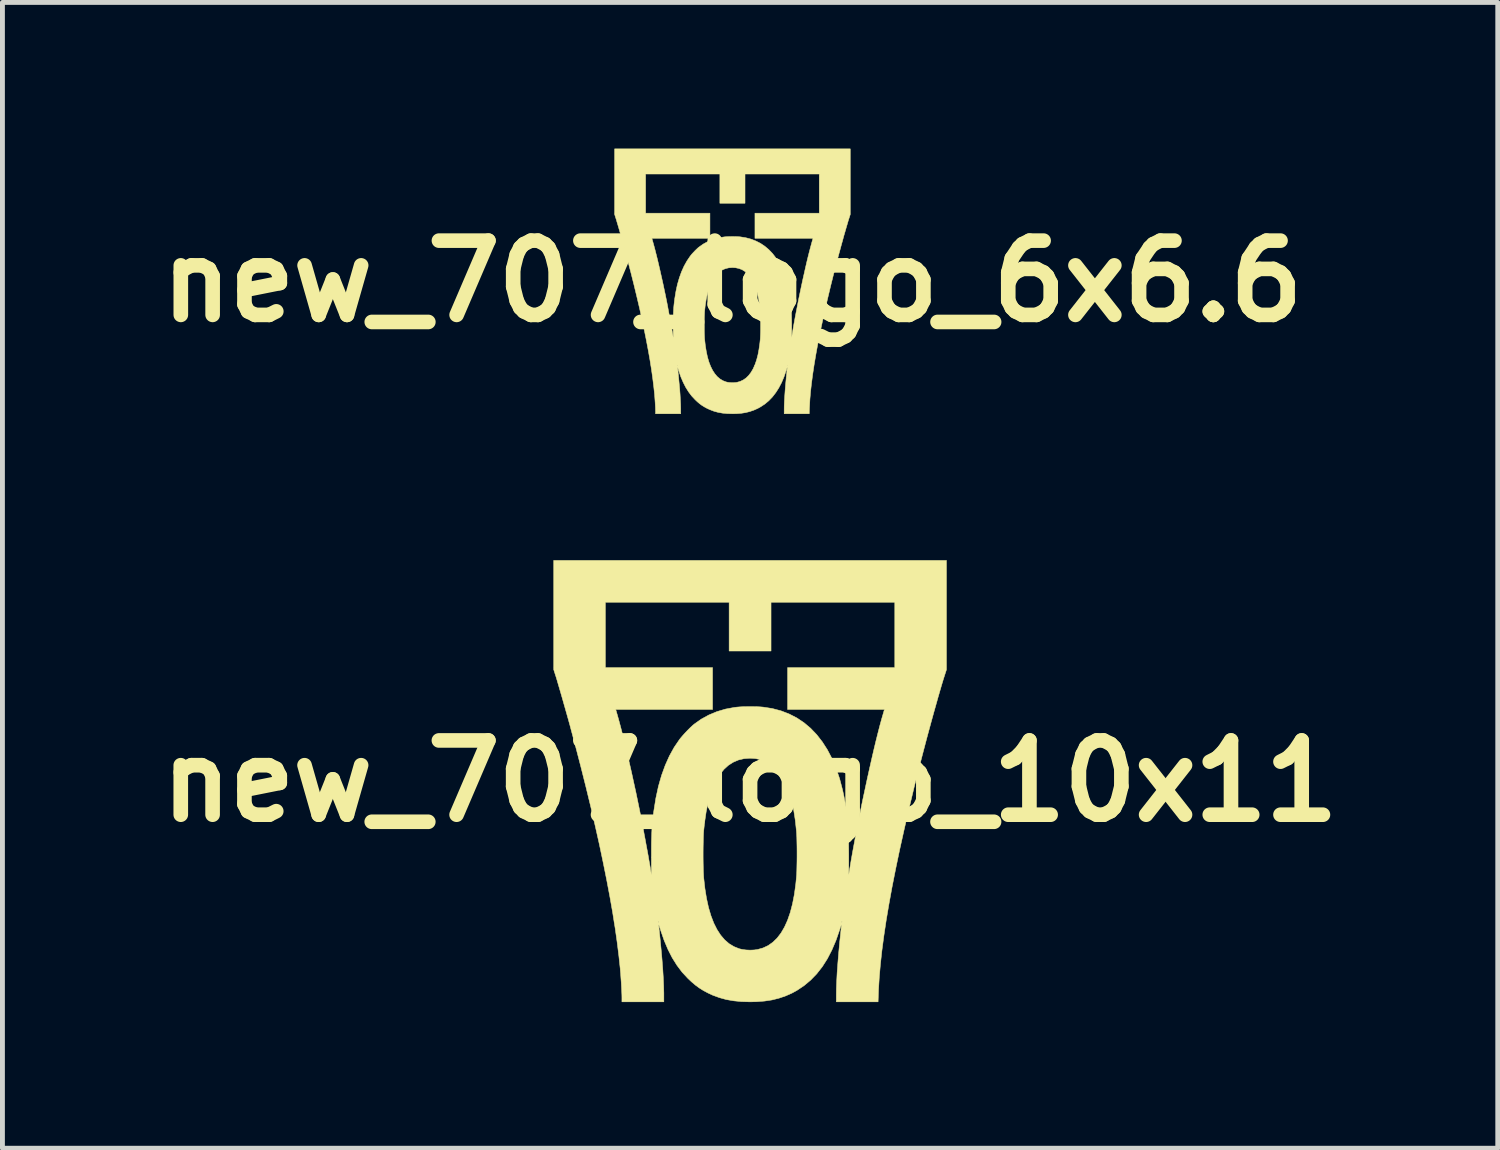
<source format=kicad_pcb>
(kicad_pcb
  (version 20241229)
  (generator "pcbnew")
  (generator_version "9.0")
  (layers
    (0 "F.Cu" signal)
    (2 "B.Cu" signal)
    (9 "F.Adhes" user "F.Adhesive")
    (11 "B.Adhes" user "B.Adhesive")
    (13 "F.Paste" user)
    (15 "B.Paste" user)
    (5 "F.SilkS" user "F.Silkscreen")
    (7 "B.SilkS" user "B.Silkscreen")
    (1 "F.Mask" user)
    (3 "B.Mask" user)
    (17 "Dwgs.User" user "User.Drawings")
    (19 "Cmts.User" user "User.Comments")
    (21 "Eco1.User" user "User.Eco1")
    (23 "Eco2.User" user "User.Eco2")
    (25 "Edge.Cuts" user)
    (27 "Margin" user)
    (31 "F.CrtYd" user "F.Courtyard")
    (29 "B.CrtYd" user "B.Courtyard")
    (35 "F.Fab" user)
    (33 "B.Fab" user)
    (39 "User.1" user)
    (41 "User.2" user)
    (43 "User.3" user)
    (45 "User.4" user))
  (footprint "new_707_logo_6x6.6"
    (layer "F.Cu")
    (at 11.982 2.723)
    (property "Reference" "new_707_logo_6x6.6" (at 0 0 0) (layer "F.SilkS") (effects (font (size 1.524 1.524) (thickness 0.3))))
    (attr through_hole)
    (fp_poly (pts (xy 2.418 -1.372) (xy 2.397 -1.306) (xy 2.379 -1.251) (xy 2.36 -1.186) (xy 2.338 -1.111) (xy 2.314 -1.028) (xy 2.288 -0.939) (xy 2.262 -0.843) (xy 2.234 -0.743) (xy 2.206 -0.639) (xy 2.177 -0.533) (xy 2.149 -0.425) (xy 2.12 -0.318) (xy 2.093 -0.212) (xy 2.066 -0.108) (xy 2.041 -0.007) (xy 2.021 0.072) (xy 1.957 0.339) (xy 1.897 0.596) (xy 1.843 0.841) (xy 1.793 1.076) (xy 1.749 1.3) (xy 1.71 1.514) (xy 1.676 1.716) (xy 1.647 1.908) (xy 1.623 2.09) (xy 1.604 2.26) (xy 1.59 2.42) (xy 1.582 2.57) (xy 1.58 2.603) (xy 1.576 2.718) (xy 1.062 2.718) (xy 1.062 2.639) (xy 1.063 2.555) (xy 1.067 2.462) (xy 1.073 2.358) (xy 1.081 2.244) (xy 1.091 2.12) (xy 1.104 1.984) (xy 1.119 1.838) (xy 1.125 1.779) (xy 1.126 1.77) (xy 1.123 1.772) (xy 1.118 1.784) (xy 1.111 1.807) (xy 1.102 1.833) (xy 1.058 1.962) (xy 1.008 2.08) (xy 0.951 2.188) (xy 0.889 2.285) (xy 0.821 2.373) (xy 0.746 2.451) (xy 0.665 2.519) (xy 0.577 2.577) (xy 0.519 2.609) (xy 0.438 2.645) (xy 0.356 2.673) (xy 0.27 2.695) (xy 0.179 2.709) (xy 0.08 2.717) (xy 0 2.718) (xy -0.106 2.715) (xy -0.203 2.706) (xy -0.293 2.69) (xy -0.378 2.667) (xy -0.459 2.636) (xy -0.519 2.609) (xy -0.576 2.578) (xy -0.626 2.547) (xy -0.674 2.512) (xy -0.722 2.471) (xy -0.767 2.428) (xy -0.837 2.353) (xy -0.901 2.268) (xy -0.959 2.175) (xy -1.011 2.073) (xy -1.059 1.961) (xy -1.101 1.838) (xy -1.102 1.833) (xy -1.113 1.801) (xy -1.12 1.781) (xy -1.124 1.771) (xy -1.126 1.771) (xy -1.125 1.779) (xy -1.109 1.93) (xy -1.096 2.07) (xy -1.084 2.198) (xy -1.075 2.316) (xy -1.069 2.423) (xy -1.064 2.521) (xy -1.062 2.608) (xy -1.062 2.639) (xy -1.062 2.718) (xy -1.578 2.718) (xy -1.578 2.669) (xy -1.579 2.635) (xy -1.58 2.591) (xy -1.583 2.541) (xy -1.586 2.486) (xy -1.59 2.429) (xy -1.594 2.373) (xy -1.598 2.32) (xy -1.599 2.31) (xy -1.616 2.153) (xy -1.637 1.985) (xy -1.662 1.807) (xy -1.674 1.734) (xy -1.134 1.734) (xy -1.132 1.739) (xy -1.13 1.738) (xy -1.129 1.731) (xy -1.13 1.73) (xy -1.134 1.731) (xy -1.134 1.734) (xy -1.674 1.734) (xy -1.692 1.619) (xy -1.727 1.422) (xy -1.766 1.216) (xy -1.809 1.002) (xy -1.856 0.78) (xy -1.907 0.55) (xy -1.963 0.312) (xy -2.022 0.068) (xy -2.085 -0.182) (xy -2.152 -0.438) (xy -2.203 -0.63) (xy -2.22 -0.691) (xy -2.238 -0.756) (xy -2.257 -0.825) (xy -2.276 -0.894) (xy -2.296 -0.964) (xy -2.315 -1.031) (xy -2.334 -1.096) (xy -2.351 -1.155) (xy -2.367 -1.208) (xy -2.38 -1.253) (xy -2.391 -1.289) (xy -2.394 -1.297) (xy -2.418 -1.373) (xy -2.418 -2.202) (xy -1.782 -2.202) (xy -1.782 -1.398) (xy -0.462 -1.398) (xy -0.462 -0.882) (xy -1.654 -0.882) (xy -1.634 -0.812) (xy -1.613 -0.737) (xy -1.59 -0.651) (xy -1.566 -0.556) (xy -1.54 -0.452) (xy -1.514 -0.342) (xy -1.487 -0.226) (xy -1.46 -0.105) (xy -1.432 0.019) (xy -1.405 0.145) (xy -1.378 0.273) (xy -1.362 0.351) (xy -1.352 0.4) (xy -1.341 0.456) (xy -1.329 0.518) (xy -1.317 0.585) (xy -1.304 0.654) (xy -1.291 0.724) (xy -1.278 0.793) (xy -1.266 0.86) (xy -1.254 0.923) (xy -1.244 0.979) (xy -1.236 1.029) (xy -1.229 1.069) (xy -1.226 1.085) (xy -1.222 1.111) (xy -1.219 1.133) (xy -1.216 1.147) (xy -1.215 1.152) (xy -1.215 1.146) (xy -1.215 1.13) (xy -1.215 1.104) (xy -1.215 1.069) (xy -1.215 1.028) (xy -1.215 0.981) (xy -1.215 0.93) (xy -1.215 0.905) (xy -1.215 0.872) (xy -0.578 0.872) (xy -0.578 0.936) (xy -0.578 0.998) (xy -0.577 1.057) (xy -0.575 1.11) (xy -0.573 1.156) (xy -0.571 1.188) (xy -0.556 1.322) (xy -0.536 1.444) (xy -0.512 1.557) (xy -0.482 1.658) (xy -0.447 1.748) (xy -0.407 1.828) (xy -0.362 1.897) (xy -0.313 1.955) (xy -0.258 2.002) (xy -0.198 2.039) (xy -0.134 2.064) (xy -0.096 2.073) (xy -0.05 2.079) (xy 0.001 2.081) (xy 0.052 2.079) (xy 0.091 2.074) (xy 0.159 2.055) (xy 0.222 2.025) (xy 0.281 1.984) (xy 0.333 1.933) (xy 0.381 1.87) (xy 0.424 1.797) (xy 0.452 1.734) (xy 1.128 1.734) (xy 1.13 1.739) (xy 1.132 1.738) (xy 1.133 1.731) (xy 1.132 1.73) (xy 1.129 1.731) (xy 1.128 1.734) (xy 0.452 1.734) (xy 0.462 1.712) (xy 0.495 1.617) (xy 0.523 1.511) (xy 0.545 1.394) (xy 0.563 1.267) (xy 0.571 1.188) (xy 0.573 1.151) (xy 0.575 1.105) (xy 0.577 1.051) (xy 0.578 0.991) (xy 0.578 0.929) (xy 0.578 0.865) (xy 0.578 0.803) (xy 0.577 0.744) (xy 0.575 0.69) (xy 0.573 0.645) (xy 0.571 0.612) (xy 0.556 0.479) (xy 0.537 0.357) (xy 0.512 0.246) (xy 0.483 0.145) (xy 0.449 0.055) (xy 0.409 -0.024) (xy 0.365 -0.093) (xy 0.315 -0.151) (xy 0.313 -0.154) (xy 0.258 -0.201) (xy 0.199 -0.238) (xy 0.134 -0.263) (xy 0.065 -0.278) (xy 0 -0.282) (xy -0.074 -0.277) (xy -0.144 -0.26) (xy -0.208 -0.233) (xy -0.267 -0.195) (xy -0.321 -0.146) (xy -0.37 -0.086) (xy -0.414 -0.015) (xy -0.453 0.067) (xy -0.488 0.159) (xy -0.516 0.263) (xy -0.54 0.377) (xy -0.559 0.502) (xy -0.571 0.612) (xy -0.573 0.649) (xy -0.575 0.695) (xy -0.577 0.75) (xy -0.578 0.809) (xy -0.578 0.872) (xy -1.215 0.872) (xy -1.215 0.825) (xy -1.214 0.756) (xy -1.213 0.694) (xy -1.211 0.639) (xy -1.208 0.587) (xy -1.205 0.537) (xy -1.2 0.486) (xy -1.194 0.434) (xy -1.187 0.377) (xy -1.185 0.361) (xy -1.16 0.208) (xy -1.129 0.064) (xy -1.09 -0.07) (xy -1.045 -0.195) (xy -0.993 -0.311) (xy -0.934 -0.417) (xy -0.869 -0.513) (xy -0.859 -0.526) (xy -0.834 -0.557) (xy -0.803 -0.591) (xy -0.77 -0.626) (xy -0.736 -0.659) (xy -0.706 -0.687) (xy -0.687 -0.702) (xy -0.601 -0.763) (xy -0.508 -0.814) (xy -0.409 -0.855) (xy -0.304 -0.887) (xy -0.195 -0.907) (xy -0.161 -0.912) (xy -0.123 -0.915) (xy -0.077 -0.917) (xy -0.026 -0.918) (xy 0.027 -0.918) (xy 0.078 -0.917) (xy 0.124 -0.915) (xy 0.161 -0.912) (xy 0.273 -0.894) (xy 0.38 -0.866) (xy 0.48 -0.827) (xy 0.575 -0.779) (xy 0.663 -0.72) (xy 0.745 -0.651) (xy 0.821 -0.572) (xy 0.89 -0.483) (xy 0.953 -0.385) (xy 1.009 -0.276) (xy 1.059 -0.158) (xy 1.102 -0.031) (xy 1.139 0.106) (xy 1.155 0.183) (xy 1.17 0.262) (xy 1.182 0.338) (xy 1.192 0.413) (xy 1.2 0.491) (xy 1.206 0.571) (xy 1.211 0.657) (xy 1.213 0.75) (xy 1.215 0.853) (xy 1.215 0.899) (xy 1.215 1.153) (xy 1.226 1.088) (xy 1.244 0.979) (xy 1.264 0.864) (xy 1.286 0.744) (xy 1.31 0.619) (xy 1.335 0.492) (xy 1.36 0.364) (xy 1.387 0.234) (xy 1.414 0.106) (xy 1.441 -0.021) (xy 1.469 -0.145) (xy 1.496 -0.265) (xy 1.522 -0.379) (xy 1.548 -0.487) (xy 1.573 -0.587) (xy 1.597 -0.679) (xy 1.619 -0.76) (xy 1.631 -0.804) (xy 1.654 -0.882) (xy 0.462 -0.882) (xy 0.462 -1.398) (xy 1.782 -1.398) (xy 1.782 -2.202) (xy 0.258 -2.202) (xy 0.258 -1.602) (xy -0.258 -1.602) (xy -0.258 -2.202) (xy -1.782 -2.202) (xy -2.418 -2.202) (xy -2.418 -2.718) (xy 2.418 -2.718) (xy 2.418 -1.372)) (stroke (width 0.01) (type solid)) (fill yes) (layer "F.SilkS")))
  (footprint "new_707_logo_10x11"
    (layer "F.Cu")
    (at 12.344 12.981)
    (property "Reference" "new_707_logo_10x11" (at 0 0 0) (layer "F.SilkS") (effects (font (size 1.524 1.524) (thickness 0.3))))
    (attr through_hole)
    (fp_poly (pts (xy 4.03 -2.287) (xy 3.994 -2.176) (xy 3.965 -2.085) (xy 3.932 -1.976) (xy 3.896 -1.852) (xy 3.856 -1.714) (xy 3.814 -1.564) (xy 3.769 -1.405) (xy 3.723 -1.238) (xy 3.676 -1.065) (xy 3.628 -0.888) (xy 3.581 -0.709) (xy 3.534 -0.53) (xy 3.488 -0.353) (xy 3.443 -0.179) (xy 3.401 -0.012) (xy 3.368 0.12) (xy 3.261 0.565) (xy 3.162 0.993) (xy 3.071 1.402) (xy 2.989 1.794) (xy 2.915 2.167) (xy 2.85 2.523) (xy 2.793 2.86) (xy 2.745 3.18) (xy 2.705 3.482) (xy 2.674 3.767) (xy 2.651 4.033) (xy 2.636 4.282) (xy 2.634 4.338) (xy 2.627 4.53) (xy 1.77 4.53) (xy 1.77 4.397) (xy 1.772 4.258) (xy 1.778 4.102) (xy 1.787 3.93) (xy 1.801 3.74) (xy 1.818 3.533) (xy 1.839 3.307) (xy 1.865 3.062) (xy 1.875 2.964) (xy 1.876 2.95) (xy 1.872 2.953) (xy 1.864 2.973) (xy 1.851 3.011) (xy 1.837 3.055) (xy 1.763 3.269) (xy 1.679 3.466) (xy 1.586 3.646) (xy 1.482 3.809) (xy 1.368 3.955) (xy 1.243 4.084) (xy 1.108 4.197) (xy 0.962 4.295) (xy 0.865 4.348) (xy 0.731 4.408) (xy 0.593 4.455) (xy 0.45 4.491) (xy 0.298 4.514) (xy 0.133 4.527) (xy -0.000001 4.53) (xy -0.176 4.525) (xy -0.338 4.509) (xy -0.488 4.483) (xy -0.629 4.444) (xy -0.766 4.394) (xy -0.865 4.348) (xy -0.96 4.297) (xy -1.044 4.244) (xy -1.123 4.186) (xy -1.203 4.118) (xy -1.278 4.047) (xy -1.395 3.921) (xy -1.501 3.78) (xy -1.598 3.625) (xy -1.685 3.455) (xy -1.764 3.268) (xy -1.835 3.063) (xy -1.837 3.055) (xy -1.854 3.002) (xy -1.866 2.968) (xy -1.873 2.951) (xy -1.876 2.952) (xy -1.875 2.964) (xy -1.849 3.216) (xy -1.826 3.449) (xy -1.807 3.663) (xy -1.792 3.86) (xy -1.781 4.039) (xy -1.774 4.201) (xy -1.77 4.346) (xy -1.77 4.397) (xy -1.77 4.53) (xy -2.63 4.53) (xy -2.63 4.447) (xy -2.631 4.391) (xy -2.634 4.319) (xy -2.638 4.235) (xy -2.643 4.143) (xy -2.65 4.049) (xy -2.656 3.955) (xy -2.664 3.867) (xy -2.665 3.85) (xy -2.693 3.588) (xy -2.728 3.308) (xy -2.77 3.012) (xy -2.79 2.89) (xy -1.89 2.89) (xy -1.886 2.898) (xy -1.883 2.897) (xy -1.882 2.885) (xy -1.883 2.883) (xy -1.889 2.885) (xy -1.89 2.89) (xy -2.79 2.89) (xy -2.82 2.699) (xy -2.878 2.37) (xy -2.943 2.027) (xy -3.015 1.67) (xy -3.093 1.299) (xy -3.179 0.916) (xy -3.271 0.521) (xy -3.37 0.114) (xy -3.475 -0.303) (xy -3.586 -0.73) (xy -3.672 -1.05) (xy -3.699 -1.152) (xy -3.729 -1.26) (xy -3.761 -1.374) (xy -3.794 -1.49) (xy -3.827 -1.606) (xy -3.859 -1.719) (xy -3.89 -1.826) (xy -3.919 -1.925) (xy -3.945 -2.014) (xy -3.967 -2.089) (xy -3.985 -2.148) (xy -3.99 -2.162) (xy -4.03 -2.288) (xy -4.03 -3.409) (xy -4.03 -3.67) (xy -2.97 -3.67) (xy -2.97 -2.33) (xy -0.77 -2.33) (xy -0.77 -1.47) (xy -2.757 -1.47) (xy -2.723 -1.353) (xy -2.688 -1.227) (xy -2.65 -1.085) (xy -2.609 -0.926) (xy -2.567 -0.754) (xy -2.523 -0.57) (xy -2.478 -0.376) (xy -2.432 -0.175) (xy -2.387 0.032) (xy -2.341 0.242) (xy -2.297 0.455) (xy -2.27 0.585) (xy -2.254 0.666) (xy -2.236 0.76) (xy -2.216 0.863) (xy -2.194 0.974) (xy -2.173 1.089) (xy -2.151 1.206) (xy -2.13 1.322) (xy -2.109 1.433) (xy -2.09 1.537) (xy -2.074 1.632) (xy -2.059 1.714) (xy -2.048 1.781) (xy -2.044 1.808) (xy -2.037 1.852) (xy -2.031 1.888) (xy -2.027 1.912) (xy -2.026 1.92) (xy -2.025 1.91) (xy -2.025 1.883) (xy -2.025 1.839) (xy -2.025 1.782) (xy -2.025 1.713) (xy -2.025 1.635) (xy -2.025 1.549) (xy -2.025 1.508) (xy -2.025 1.453) (xy -0.964 1.453) (xy -0.964 1.559) (xy -0.963 1.663) (xy -0.961 1.762) (xy -0.959 1.851) (xy -0.955 1.927) (xy -0.952 1.98) (xy -0.927 2.203) (xy -0.894 2.407) (xy -0.853 2.594) (xy -0.803 2.763) (xy -0.745 2.914) (xy -0.678 3.047) (xy -0.604 3.161) (xy -0.521 3.258) (xy -0.43 3.337) (xy -0.33 3.397) (xy -0.223 3.44) (xy -0.16 3.455) (xy -0.084 3.465) (xy 0.002 3.469) (xy 0.087 3.465) (xy 0.152 3.456) (xy 0.266 3.424) (xy 0.371 3.375) (xy 0.467 3.307) (xy 0.556 3.221) (xy 0.636 3.116) (xy 0.707 2.994) (xy 0.754 2.89) (xy 1.88 2.89) (xy 1.884 2.898) (xy 1.887 2.897) (xy 1.888 2.885) (xy 1.887 2.883) (xy 1.881 2.885) (xy 1.88 2.89) (xy 0.754 2.89) (xy 0.77 2.854) (xy 0.825 2.695) (xy 0.871 2.519) (xy 0.909 2.324) (xy 0.938 2.111) (xy 0.951 1.98) (xy 0.956 1.919) (xy 0.959 1.841) (xy 0.961 1.751) (xy 0.963 1.652) (xy 0.964 1.548) (xy 0.964 1.442) (xy 0.963 1.338) (xy 0.961 1.239) (xy 0.959 1.15) (xy 0.955 1.074) (xy 0.951 1.02) (xy 0.927 0.798) (xy 0.895 0.595) (xy 0.854 0.409) (xy 0.805 0.242) (xy 0.748 0.092) (xy 0.682 -0.04) (xy 0.608 -0.155) (xy 0.526 -0.252) (xy 0.521 -0.256) (xy 0.43 -0.336) (xy 0.331 -0.396) (xy 0.224 -0.439) (xy 0.108 -0.463) (xy 0 -0.47) (xy -0.124 -0.461) (xy -0.239 -0.434) (xy -0.346 -0.388) (xy -0.445 -0.325) (xy -0.535 -0.243) (xy -0.617 -0.143) (xy -0.691 -0.025) (xy -0.756 0.111) (xy -0.812 0.265) (xy -0.861 0.438) (xy -0.901 0.628) (xy -0.932 0.837) (xy -0.952 1.02) (xy -0.956 1.081) (xy -0.959 1.159) (xy -0.961 1.249) (xy -0.963 1.348) (xy -0.964 1.453) (xy -2.025 1.453) (xy -2.025 1.375) (xy -2.024 1.259) (xy -2.021 1.157) (xy -2.018 1.064) (xy -2.014 0.978) (xy -2.007 0.894) (xy -1.999 0.811) (xy -1.99 0.723) (xy -1.978 0.628) (xy -1.974 0.602) (xy -1.933 0.347) (xy -1.881 0.107) (xy -1.817 -0.117) (xy -1.741 -0.326) (xy -1.655 -0.518) (xy -1.557 -0.695) (xy -1.448 -0.855) (xy -1.431 -0.877) (xy -1.389 -0.927) (xy -1.338 -0.984) (xy -1.282 -1.043) (xy -1.227 -1.098) (xy -1.176 -1.145) (xy -1.145 -1.171) (xy -1.002 -1.272) (xy -0.847 -1.357) (xy -0.681 -1.426) (xy -0.507 -1.478) (xy -0.325 -1.512) (xy -0.268 -1.519) (xy -0.205 -1.524) (xy -0.128 -1.528) (xy -0.043 -1.529) (xy 0.045 -1.529) (xy 0.131 -1.528) (xy 0.207 -1.524) (xy 0.268 -1.519) (xy 0.455 -1.49) (xy 0.633 -1.443) (xy 0.8 -1.379) (xy 0.958 -1.298) (xy 1.105 -1.2) (xy 1.242 -1.085) (xy 1.368 -0.953) (xy 1.483 -0.805) (xy 1.588 -0.641) (xy 1.682 -0.461) (xy 1.765 -0.264) (xy 1.837 -0.051) (xy 1.897 0.177) (xy 1.925 0.305) (xy 1.95 0.436) (xy 1.97 0.563) (xy 1.987 0.689) (xy 2 0.817) (xy 2.011 0.952) (xy 2.018 1.095) (xy 2.022 1.25) (xy 2.024 1.421) (xy 2.025 1.498) (xy 2.025 1.921) (xy 2.043 1.813) (xy 2.073 1.632) (xy 2.107 1.44) (xy 2.144 1.24) (xy 2.183 1.032) (xy 2.224 0.821) (xy 2.267 0.606) (xy 2.311 0.39) (xy 2.357 0.176) (xy 2.402 -0.035) (xy 2.448 -0.242) (xy 2.493 -0.441) (xy 2.537 -0.632) (xy 2.58 -0.811) (xy 2.622 -0.979) (xy 2.661 -1.131) (xy 2.698 -1.267) (xy 2.719 -1.339) (xy 2.757 -1.47) (xy 0.77 -1.47) (xy 0.77 -2.33) (xy 2.97 -2.33) (xy 2.97 -3.67) (xy 0.43 -3.67) (xy 0.43 -2.67) (xy -0.43 -2.67) (xy -0.43 -3.67) (xy -2.97 -3.67) (xy -4.03 -3.67) (xy -4.03 -4.53) (xy 4.03 -4.53) (xy 4.03 -2.287)) (stroke (width 0.01) (type solid)) (fill yes) (layer "F.SilkS")))
  (gr_rect
    (start -3 -3)
    (end 27.689 20.516)
    (stroke (width 0.1) (type default))
    (fill no)
    (layer "Edge.Cuts")))
</source>
